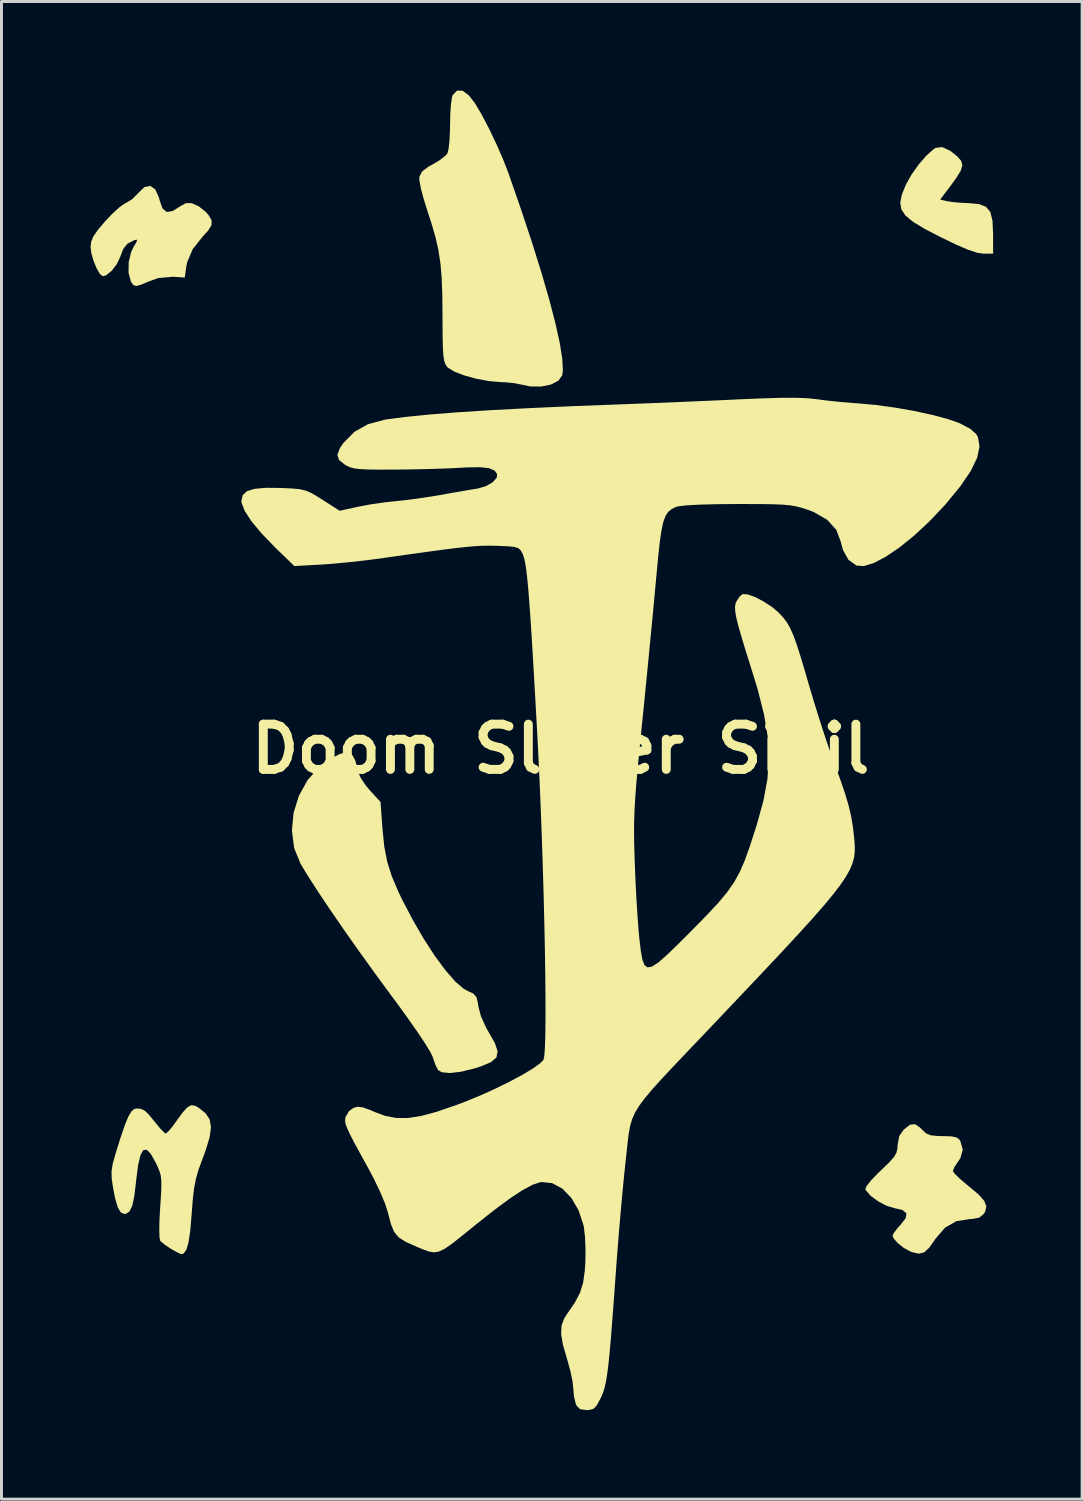
<source format=kicad_pcb>
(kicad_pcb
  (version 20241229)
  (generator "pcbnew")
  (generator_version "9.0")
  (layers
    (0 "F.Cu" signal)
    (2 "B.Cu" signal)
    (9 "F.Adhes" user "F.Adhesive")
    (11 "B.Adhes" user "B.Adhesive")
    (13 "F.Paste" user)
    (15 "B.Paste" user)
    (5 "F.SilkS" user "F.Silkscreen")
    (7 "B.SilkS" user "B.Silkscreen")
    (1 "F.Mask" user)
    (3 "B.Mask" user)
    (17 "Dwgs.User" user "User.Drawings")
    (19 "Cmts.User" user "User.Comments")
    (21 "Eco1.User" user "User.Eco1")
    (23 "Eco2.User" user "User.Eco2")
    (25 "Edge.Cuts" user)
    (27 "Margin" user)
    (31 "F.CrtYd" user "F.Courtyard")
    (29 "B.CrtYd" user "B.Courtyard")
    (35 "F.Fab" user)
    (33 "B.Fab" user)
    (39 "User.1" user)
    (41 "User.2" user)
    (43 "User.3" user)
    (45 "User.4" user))
  (footprint "Doom Slayer Sigil"
    (layer "F.Cu")
    (at 15.833 22.173)
    (property "Reference" "Doom Slayer Sigil" (at 0 0 0) (layer "F.SilkS") (effects (font (size 1.524 1.524) (thickness 0.3))))
    (attr board_only exclude_from_pos_files exclude_from_bom)
    (fp_poly (pts (xy 13.129 -20.139) (xy 13.356 -19.956) (xy 13.487 -19.809) (xy 13.529 -19.661) (xy 13.476 -19.477) (xy 13.32 -19.223) (xy 13.163 -19.008) (xy 12.781 -18.5) (xy 13.016 -18.446) (xy 13.236 -18.414) (xy 13.54 -18.39) (xy 13.721 -18.383) (xy 14.081 -18.352) (xy 14.324 -18.26) (xy 14.471 -18.082) (xy 14.543 -17.789) (xy 14.563 -17.357) (xy 14.563 -17.353) (xy 14.563 -16.679) (xy 14.237 -16.679) (xy 14.024 -16.711) (xy 13.725 -16.81) (xy 13.318 -16.984) (xy 12.796 -17.237) (xy 12.262 -17.514) (xy 11.872 -17.749) (xy 11.614 -17.961) (xy 11.473 -18.172) (xy 11.436 -18.401) (xy 11.49 -18.669) (xy 11.623 -18.995) (xy 11.634 -19.019) (xy 11.819 -19.348) (xy 12.06 -19.686) (xy 12.32 -19.985) (xy 12.557 -20.197) (xy 12.629 -20.243) (xy 12.851 -20.269)) (stroke (width 0) (type solid)) (fill yes) (layer "F.SilkS"))
    (fp_poly (pts (xy -13.655 -18.845) (xy -13.53 -18.572) (xy -13.509 -18.484) (xy -13.41 -18.203) (xy -13.265 -18.083) (xy -13.066 -18.118) (xy -12.976 -18.172) (xy -12.774 -18.299) (xy -12.616 -18.383) (xy -12.615 -18.383) (xy -12.425 -18.381) (xy -12.185 -18.272) (xy -11.949 -18.082) (xy -11.863 -17.984) (xy -11.757 -17.807) (xy -11.758 -17.644) (xy -11.877 -17.452) (xy -12.045 -17.269) (xy -12.392 -16.833) (xy -12.581 -16.385) (xy -12.612 -16.224) (xy -12.66 -15.875) (xy -13.055 -15.903) (xy -13.556 -15.857) (xy -13.848 -15.754) (xy -14.124 -15.637) (xy -14.289 -15.592) (xy -14.386 -15.616) (xy -14.458 -15.711) (xy -14.475 -15.742) (xy -14.554 -16.032) (xy -14.549 -16.389) (xy -14.466 -16.737) (xy -14.386 -16.902) (xy -14.281 -17.081) (xy -14.266 -17.151) (xy -14.338 -17.141) (xy -14.365 -17.132) (xy -14.59 -17.016) (xy -14.735 -16.834) (xy -14.831 -16.579) (xy -14.948 -16.328) (xy -15.121 -16.103) (xy -15.307 -15.952) (xy -15.419 -15.917) (xy -15.515 -15.991) (xy -15.625 -16.179) (xy -15.73 -16.43) (xy -15.806 -16.692) (xy -15.833 -16.899) (xy -15.813 -17.081) (xy -15.739 -17.26) (xy -15.588 -17.479) (xy -15.351 -17.759) (xy -15.103 -18.022) (xy -14.867 -18.237) (xy -14.683 -18.369) (xy -14.645 -18.386) (xy -14.439 -18.509) (xy -14.246 -18.701) (xy -14.235 -18.715) (xy -14.022 -18.921) (xy -13.824 -18.963)) (stroke (width 0) (type solid)) (fill yes) (layer "F.SilkS"))
    (fp_poly (pts (xy -7.036 0.173) (xy -6.919 0.384) (xy -6.824 0.751) (xy -6.816 0.788) (xy -6.733 0.98) (xy -6.568 1.225) (xy -6.417 1.406) (xy -6.067 1.786) (xy -6.003 2.671) (xy -5.943 3.274) (xy -5.844 3.79) (xy -5.69 4.284) (xy -5.461 4.821) (xy -5.335 5.083) (xy -4.974 5.772) (xy -4.603 6.41) (xy -4.234 6.977) (xy -3.88 7.456) (xy -3.556 7.828) (xy -3.275 8.072) (xy -3.135 8.15) (xy -2.935 8.245) (xy -2.834 8.365) (xy -2.785 8.575) (xy -2.776 8.656) (xy -2.686 9.003) (xy -2.505 9.4) (xy -2.425 9.538) (xy -2.214 9.912) (xy -2.123 10.187) (xy -2.163 10.39) (xy -2.345 10.548) (xy -2.678 10.689) (xy -2.895 10.758) (xy -3.35 10.871) (xy -3.728 10.916) (xy -4.002 10.89) (xy -4.129 10.816) (xy -4.207 10.668) (xy -4.289 10.439) (xy -4.303 10.39) (xy -4.383 10.221) (xy -4.556 9.935) (xy -4.811 9.55) (xy -5.138 9.083) (xy -5.524 8.549) (xy -5.698 8.316) (xy -6.246 7.57) (xy -6.786 6.82) (xy -7.301 6.089) (xy -7.775 5.4) (xy -8.191 4.778) (xy -8.534 4.244) (xy -8.76 3.87) (xy -8.977 3.335) (xy -9.052 2.752) (xy -8.996 2.156) (xy -8.816 1.577) (xy -8.523 1.048) (xy -8.124 0.602) (xy -7.789 0.358) (xy -7.445 0.172) (xy -7.203 0.106)) (stroke (width 0) (type solid)) (fill yes) (layer "F.SilkS"))
    (fp_poly (pts (xy -3.303 -22.167) (xy -3.088 -22.007) (xy -2.888 -21.748) (xy -2.663 -21.369) (xy -2.41 -20.885) (xy -2.156 -20.352) (xy -1.926 -19.824) (xy -1.764 -19.406) (xy -1.338 -18.179) (xy -0.963 -17.05) (xy -0.643 -16.025) (xy -0.379 -15.114) (xy -0.174 -14.323) (xy -0.028 -13.659) (xy 0.055 -13.131) (xy 0.074 -12.747) (xy 0.053 -12.586) (xy -0.074 -12.403) (xy -0.323 -12.273) (xy -0.654 -12.205) (xy -1.025 -12.208) (xy -1.355 -12.277) (xy -1.561 -12.318) (xy -1.854 -12.347) (xy -2.032 -12.355) (xy -2.43 -12.39) (xy -2.85 -12.469) (xy -3.248 -12.579) (xy -3.579 -12.706) (xy -3.797 -12.839) (xy -3.83 -12.873) (xy -3.885 -12.96) (xy -3.925 -13.081) (xy -3.952 -13.264) (xy -3.968 -13.533) (xy -3.977 -13.915) (xy -3.98 -14.436) (xy -3.98 -14.551) (xy -3.986 -15.267) (xy -4.007 -15.855) (xy -4.05 -16.354) (xy -4.119 -16.807) (xy -4.221 -17.253) (xy -4.361 -17.732) (xy -4.481 -18.098) (xy -4.613 -18.52) (xy -4.709 -18.883) (xy -4.759 -19.15) (xy -4.761 -19.267) (xy -4.669 -19.445) (xy -4.447 -19.615) (xy -4.31 -19.689) (xy -4.062 -19.836) (xy -3.873 -19.987) (xy -3.813 -20.06) (xy -3.775 -20.214) (xy -3.745 -20.49) (xy -3.728 -20.841) (xy -3.725 -21.04) (xy -3.717 -21.412) (xy -3.693 -21.733) (xy -3.659 -21.956) (xy -3.638 -22.019) (xy -3.49 -22.173)) (stroke (width 0) (type solid)) (fill yes) (layer "F.SilkS"))
    (fp_poly (pts (xy 12.128 12.774) (xy 12.176 12.827) (xy 12.308 12.95) (xy 12.467 13.014) (xy 12.711 13.037) (xy 12.866 13.039) (xy 13.165 13.049) (xy 13.341 13.088) (xy 13.439 13.169) (xy 13.459 13.202) (xy 13.542 13.499) (xy 13.459 13.788) (xy 13.377 13.908) (xy 13.259 14.085) (xy 13.208 14.213) (xy 13.208 14.215) (xy 13.27 14.306) (xy 13.436 14.468) (xy 13.673 14.671) (xy 13.748 14.731) (xy 14.076 15.007) (xy 14.268 15.226) (xy 14.337 15.411) (xy 14.297 15.585) (xy 14.252 15.658) (xy 14.097 15.786) (xy 13.844 15.832) (xy 13.787 15.833) (xy 13.33 15.904) (xy 12.947 16.122) (xy 12.625 16.495) (xy 12.615 16.51) (xy 12.41 16.802) (xy 12.236 16.959) (xy 12.056 17) (xy 11.828 16.946) (xy 11.769 16.923) (xy 11.555 16.805) (xy 11.352 16.643) (xy 11.211 16.482) (xy 11.176 16.393) (xy 11.231 16.284) (xy 11.368 16.112) (xy 11.441 16.033) (xy 11.62 15.804) (xy 11.643 15.638) (xy 11.507 15.528) (xy 11.258 15.471) (xy 10.985 15.39) (xy 10.695 15.239) (xy 10.442 15.054) (xy 10.281 14.869) (xy 10.261 14.824) (xy 10.303 14.722) (xy 10.446 14.539) (xy 10.665 14.309) (xy 10.785 14.194) (xy 11.056 13.935) (xy 11.223 13.748) (xy 11.31 13.598) (xy 11.342 13.446) (xy 11.345 13.352) (xy 11.403 13.036) (xy 11.553 12.823) (xy 11.766 12.655) (xy 11.943 12.639)) (stroke (width 0) (type solid)) (fill yes) (layer "F.SilkS"))
    (fp_poly (pts (xy -12.307 12.019) (xy -12.198 12.08) (xy -11.963 12.267) (xy -11.823 12.476) (xy -11.777 12.736) (xy -11.821 13.072) (xy -11.954 13.514) (xy -12.061 13.803) (xy -12.192 14.16) (xy -12.283 14.474) (xy -12.346 14.798) (xy -12.391 15.187) (xy -12.427 15.656) (xy -12.473 16.207) (xy -12.531 16.603) (xy -12.603 16.859) (xy -12.694 16.991) (xy -12.774 17.018) (xy -12.873 16.977) (xy -13.057 16.877) (xy -13.123 16.838) (xy -13.329 16.701) (xy -13.47 16.584) (xy -13.488 16.563) (xy -13.511 16.443) (xy -13.519 16.194) (xy -13.512 15.857) (xy -13.497 15.579) (xy -13.466 15.111) (xy -13.45 14.776) (xy -13.45 14.538) (xy -13.471 14.36) (xy -13.516 14.208) (xy -13.587 14.044) (xy -13.642 13.929) (xy -13.806 13.636) (xy -13.944 13.496) (xy -14.058 13.512) (xy -14.154 13.687) (xy -14.232 14.024) (xy -14.297 14.527) (xy -14.305 14.609) (xy -14.361 15.073) (xy -14.43 15.389) (xy -14.52 15.576) (xy -14.639 15.657) (xy -14.697 15.663) (xy -14.815 15.611) (xy -14.915 15.443) (xy -15.005 15.139) (xy -15.074 14.79) (xy -15.121 14.473) (xy -15.127 14.224) (xy -15.086 13.969) (xy -14.993 13.634) (xy -14.987 13.615) (xy -14.815 13.066) (xy -14.676 12.662) (xy -14.561 12.384) (xy -14.459 12.212) (xy -14.363 12.127) (xy -14.281 12.109) (xy -14.133 12.123) (xy -14.008 12.183) (xy -13.867 12.319) (xy -13.67 12.56) (xy -13.643 12.594) (xy -13.476 12.795) (xy -13.347 12.925) (xy -13.3 12.954) (xy -13.221 12.89) (xy -13.082 12.725) (xy -12.956 12.552) (xy -12.733 12.247) (xy -12.57 12.068) (xy -12.438 11.998)) (stroke (width 0) (type solid)) (fill yes) (layer "F.SilkS"))
    (fp_poly (pts (xy 8.313 -11.811) (xy 8.603 -11.781) (xy 8.609 -11.78) (xy 8.962 -11.733) (xy 9.407 -11.687) (xy 9.868 -11.648) (xy 10.033 -11.637) (xy 10.629 -11.582) (xy 11.268 -11.494) (xy 11.907 -11.382) (xy 12.507 -11.252) (xy 13.025 -11.114) (xy 13.42 -10.976) (xy 13.455 -10.961) (xy 13.796 -10.78) (xy 13.996 -10.602) (xy 14.053 -10.503) (xy 14.106 -10.188) (xy 14.028 -9.81) (xy 13.814 -9.365) (xy 13.461 -8.845) (xy 12.967 -8.245) (xy 12.914 -8.186) (xy 12.41 -7.654) (xy 11.904 -7.184) (xy 11.413 -6.787) (xy 10.955 -6.476) (xy 10.548 -6.262) (xy 10.21 -6.158) (xy 9.967 -6.174) (xy 9.693 -6.367) (xy 9.505 -6.704) (xy 9.435 -6.974) (xy 9.28 -7.382) (xy 8.976 -7.717) (xy 8.52 -7.979) (xy 8.315 -8.057) (xy 8.114 -8.122) (xy 7.923 -8.171) (xy 7.714 -8.205) (xy 7.458 -8.228) (xy 7.126 -8.241) (xy 6.691 -8.247) (xy 6.124 -8.248) (xy 5.927 -8.248) (xy 5.225 -8.242) (xy 4.657 -8.226) (xy 4.232 -8.202) (xy 3.961 -8.17) (xy 3.878 -8.148) (xy 3.735 -8.076) (xy 3.621 -7.983) (xy 3.531 -7.846) (xy 3.457 -7.646) (xy 3.395 -7.361) (xy 3.338 -6.971) (xy 3.282 -6.455) (xy 3.22 -5.792) (xy 3.216 -5.751) (xy 3.164 -5.186) (xy 3.099 -4.492) (xy 3.023 -3.706) (xy 2.942 -2.868) (xy 2.858 -2.017) (xy 2.776 -1.189) (xy 2.741 -0.847) (xy 2.659 -0.032) (xy 2.595 0.642) (xy 2.545 1.201) (xy 2.509 1.674) (xy 2.486 2.086) (xy 2.474 2.464) (xy 2.471 2.837) (xy 2.477 3.231) (xy 2.49 3.672) (xy 2.496 3.852) (xy 2.52 4.446) (xy 2.551 5.05) (xy 2.587 5.62) (xy 2.623 6.108) (xy 2.655 6.435) (xy 2.701 6.816) (xy 2.752 7.099) (xy 2.823 7.281) (xy 2.926 7.358) (xy 3.078 7.329) (xy 3.291 7.19) (xy 3.579 6.938) (xy 3.958 6.571) (xy 4.442 6.087) (xy 4.446 6.082) (xy 4.926 5.593) (xy 5.305 5.188) (xy 5.601 4.833) (xy 5.837 4.497) (xy 6.031 4.146) (xy 6.204 3.746) (xy 6.376 3.264) (xy 6.568 2.669) (xy 6.608 2.54) (xy 6.828 1.746) (xy 6.963 1.017) (xy 7.012 0.314) (xy 6.975 -0.398) (xy 6.849 -1.158) (xy 6.636 -2.003) (xy 6.47 -2.546) (xy 6.263 -3.203) (xy 6.105 -3.72) (xy 5.991 -4.116) (xy 5.917 -4.412) (xy 5.879 -4.627) (xy 5.872 -4.782) (xy 5.89 -4.897) (xy 5.912 -4.955) (xy 6.025 -5.13) (xy 6.127 -5.215) (xy 6.293 -5.206) (xy 6.544 -5.116) (xy 6.834 -4.966) (xy 7.118 -4.781) (xy 7.334 -4.598) (xy 7.485 -4.438) (xy 7.612 -4.272) (xy 7.726 -4.076) (xy 7.838 -3.825) (xy 7.957 -3.495) (xy 8.095 -3.061) (xy 8.262 -2.498) (xy 8.346 -2.208) (xy 8.52 -1.621) (xy 8.713 -1.002) (xy 8.907 -0.402) (xy 9.086 0.126) (xy 9.194 0.423) (xy 9.414 1.023) (xy 9.578 1.503) (xy 9.696 1.9) (xy 9.779 2.248) (xy 9.836 2.585) (xy 9.866 2.833) (xy 9.891 3.064) (xy 9.906 3.272) (xy 9.905 3.468) (xy 9.881 3.66) (xy 9.827 3.858) (xy 9.736 4.073) (xy 9.601 4.312) (xy 9.415 4.586) (xy 9.171 4.904) (xy 8.863 5.276) (xy 8.482 5.711) (xy 8.022 6.218) (xy 7.477 6.807) (xy 6.838 7.487) (xy 6.099 8.268) (xy 5.254 9.159) (xy 4.931 9.499) (xy 4.325 10.135) (xy 3.823 10.663) (xy 3.415 11.099) (xy 3.089 11.459) (xy 2.836 11.76) (xy 2.645 12.017) (xy 2.505 12.248) (xy 2.407 12.468) (xy 2.34 12.695) (xy 2.294 12.944) (xy 2.257 13.232) (xy 2.221 13.576) (xy 2.195 13.812) (xy 2.141 14.318) (xy 2.08 14.949) (xy 2.015 15.661) (xy 1.952 16.409) (xy 1.893 17.15) (xy 1.859 17.611) (xy 1.794 18.516) (xy 1.737 19.27) (xy 1.688 19.888) (xy 1.643 20.387) (xy 1.602 20.784) (xy 1.561 21.095) (xy 1.52 21.337) (xy 1.476 21.527) (xy 1.426 21.682) (xy 1.37 21.817) (xy 1.346 21.867) (xy 1.219 22.104) (xy 1.106 22.224) (xy 0.962 22.264) (xy 0.87 22.267) (xy 0.655 22.237) (xy 0.537 22.12) (xy 0.506 22.05) (xy 0.449 21.813) (xy 0.423 21.534) (xy 0.423 21.52) (xy 0.397 21.288) (xy 0.329 20.961) (xy 0.231 20.603) (xy 0.212 20.54) (xy 0.076 20.066) (xy 0.015 19.707) (xy 0.028 19.427) (xy 0.116 19.187) (xy 0.208 19.041) (xy 0.478 18.646) (xy 0.653 18.311) (xy 0.757 17.975) (xy 0.812 17.575) (xy 0.831 17.281) (xy 0.837 16.848) (xy 0.819 16.431) (xy 0.78 16.098) (xy 0.769 16.043) (xy 0.602 15.538) (xy 0.358 15.12) (xy 0.056 14.809) (xy -0.284 14.625) (xy -0.641 14.587) (xy -0.696 14.595) (xy -0.951 14.681) (xy -1.287 14.861) (xy -1.713 15.142) (xy -2.238 15.531) (xy -2.872 16.032) (xy -2.919 16.071) (xy -3.346 16.417) (xy -3.666 16.669) (xy -3.908 16.836) (xy -4.099 16.928) (xy -4.267 16.955) (xy -4.439 16.927) (xy -4.644 16.853) (xy -4.868 16.759) (xy -5.223 16.6) (xy -5.458 16.449) (xy -5.612 16.262) (xy -5.72 15.995) (xy -5.814 15.627) (xy -5.911 15.322) (xy -6.079 14.92) (xy -6.297 14.467) (xy -6.471 14.139) (xy -6.752 13.628) (xy -6.961 13.242) (xy -7.106 12.96) (xy -7.198 12.76) (xy -7.247 12.619) (xy -7.261 12.515) (xy -7.252 12.427) (xy -7.244 12.392) (xy -7.13 12.2) (xy -6.985 12.092) (xy -6.84 12.051) (xy -6.67 12.07) (xy -6.426 12.157) (xy -6.278 12.222) (xy -5.913 12.358) (xy -5.546 12.428) (xy -5.151 12.431) (xy -4.701 12.362) (xy -4.168 12.218) (xy -3.525 11.997) (xy -3.217 11.881) (xy -2.714 11.675) (xy -2.207 11.446) (xy -1.724 11.208) (xy -1.292 10.976) (xy -0.938 10.764) (xy -0.689 10.587) (xy -0.577 10.469) (xy -0.55 10.329) (xy -0.53 10.035) (xy -0.517 9.603) (xy -0.511 9.047) (xy -0.512 8.383) (xy -0.519 7.626) (xy -0.531 6.791) (xy -0.55 5.893) (xy -0.573 4.948) (xy -0.602 3.971) (xy -0.635 2.977) (xy -0.673 1.981) (xy -0.714 0.999) (xy -0.76 0.046) (xy -0.796 -0.635) (xy -0.859 -1.77) (xy -0.915 -2.749) (xy -0.965 -3.583) (xy -1.01 -4.284) (xy -1.051 -4.866) (xy -1.088 -5.34) (xy -1.123 -5.718) (xy -1.157 -6.014) (xy -1.191 -6.238) (xy -1.226 -6.404) (xy -1.262 -6.523) (xy -1.285 -6.577) (xy -1.347 -6.691) (xy -1.427 -6.763) (xy -1.562 -6.804) (xy -1.791 -6.826) (xy -2.146 -6.84) (xy -2.37 -6.845) (xy -2.592 -6.843) (xy -2.834 -6.832) (xy -3.117 -6.809) (xy -3.46 -6.773) (xy -3.884 -6.72) (xy -4.41 -6.65) (xy -5.059 -6.56) (xy -5.851 -6.447) (xy -6.011 -6.423) (xy -6.541 -6.354) (xy -7.114 -6.29) (xy -7.658 -6.238) (xy -8.062 -6.209) (xy -8.97 -6.159) (xy -9.612 -6.781) (xy -10.066 -7.249) (xy -10.414 -7.667) (xy -10.644 -8.02) (xy -10.748 -8.294) (xy -10.753 -8.352) (xy -10.71 -8.545) (xy -10.569 -8.679) (xy -10.312 -8.76) (xy -9.923 -8.794) (xy -9.464 -8.79) (xy -9.069 -8.773) (xy -8.791 -8.748) (xy -8.581 -8.699) (xy -8.386 -8.614) (xy -8.157 -8.477) (xy -8.018 -8.389) (xy -7.443 -8.02) (xy -6.833 -8.155) (xy -6.411 -8.235) (xy -5.936 -8.304) (xy -5.588 -8.341) (xy -5.217 -8.38) (xy -4.756 -8.441) (xy -4.279 -8.514) (xy -4.064 -8.551) (xy -3.65 -8.625) (xy -3.257 -8.693) (xy -2.939 -8.746) (xy -2.806 -8.767) (xy -2.521 -8.848) (xy -2.29 -8.98) (xy -2.154 -9.134) (xy -2.139 -9.255) (xy -2.229 -9.378) (xy -2.416 -9.455) (xy -2.72 -9.488) (xy -3.162 -9.481) (xy -3.35 -9.47) (xy -3.741 -9.45) (xy -4.246 -9.432) (xy -4.81 -9.418) (xy -5.377 -9.409) (xy -5.588 -9.407) (xy -6.116 -9.406) (xy -6.503 -9.411) (xy -6.78 -9.426) (xy -6.976 -9.452) (xy -7.118 -9.494) (xy -7.238 -9.553) (xy -7.26 -9.566) (xy -7.462 -9.729) (xy -7.521 -9.904) (xy -7.439 -10.126) (xy -7.317 -10.304) (xy -6.946 -10.68) (xy -6.489 -10.937) (xy -5.916 -11.09) (xy -5.884 -11.095) (xy -5.254 -11.179) (xy -4.459 -11.259) (xy -3.497 -11.336) (xy -2.368 -11.408) (xy -1.072 -11.477) (xy 0.393 -11.543) (xy 1.566 -11.588) (xy 2.335 -11.617) (xy 3.174 -11.65) (xy 4.034 -11.686) (xy 4.861 -11.721) (xy 5.605 -11.754) (xy 6.027 -11.774) (xy 6.805 -11.807) (xy 7.433 -11.825) (xy 7.929 -11.826)) (stroke (width 0) (type solid)) (fill yes) (layer "F.SilkS")))
  (gr_rect
    (start -3 -3)
    (end 33.395 47.44)
    (stroke (width 0.1) (type default))
    (fill no)
    (layer "Edge.Cuts")))
</source>
